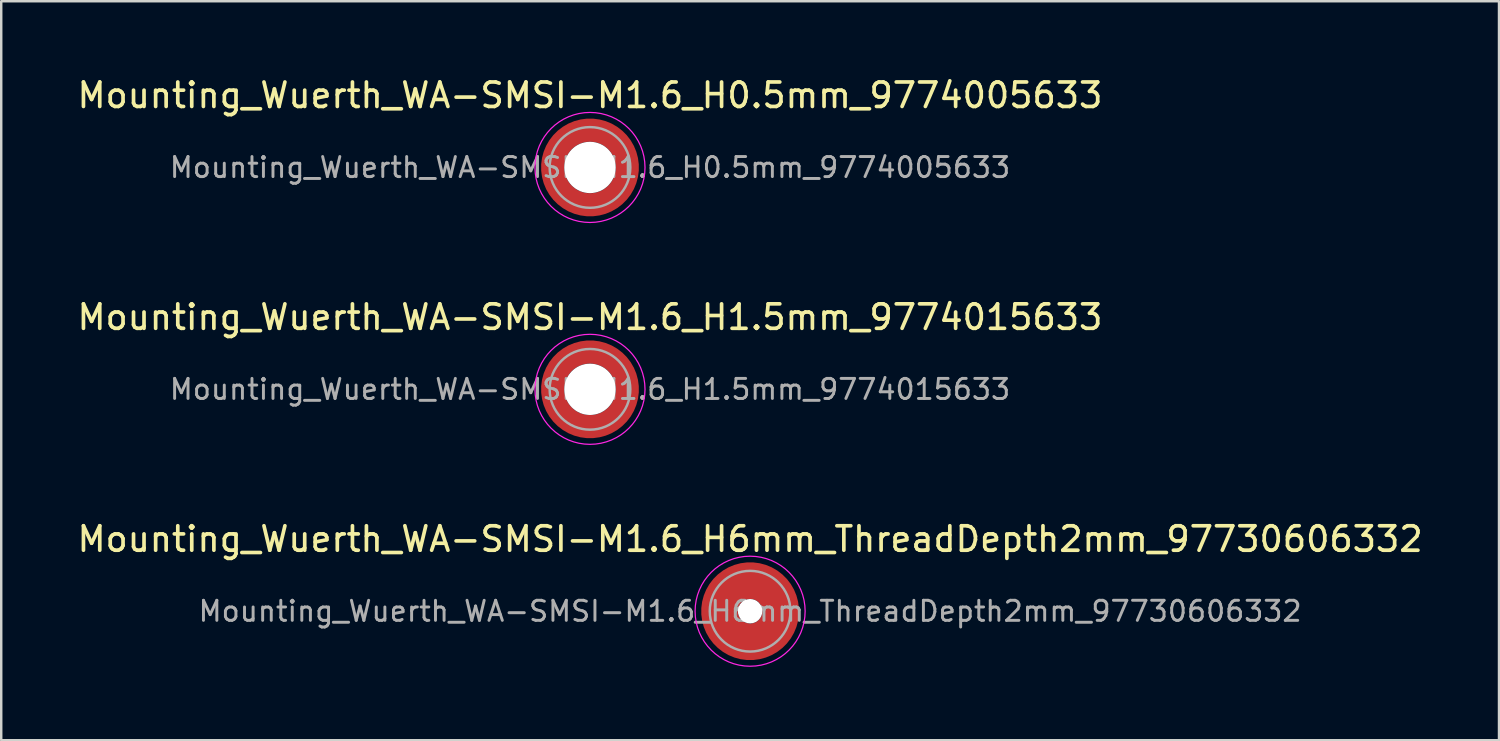
<source format=kicad_pcb>
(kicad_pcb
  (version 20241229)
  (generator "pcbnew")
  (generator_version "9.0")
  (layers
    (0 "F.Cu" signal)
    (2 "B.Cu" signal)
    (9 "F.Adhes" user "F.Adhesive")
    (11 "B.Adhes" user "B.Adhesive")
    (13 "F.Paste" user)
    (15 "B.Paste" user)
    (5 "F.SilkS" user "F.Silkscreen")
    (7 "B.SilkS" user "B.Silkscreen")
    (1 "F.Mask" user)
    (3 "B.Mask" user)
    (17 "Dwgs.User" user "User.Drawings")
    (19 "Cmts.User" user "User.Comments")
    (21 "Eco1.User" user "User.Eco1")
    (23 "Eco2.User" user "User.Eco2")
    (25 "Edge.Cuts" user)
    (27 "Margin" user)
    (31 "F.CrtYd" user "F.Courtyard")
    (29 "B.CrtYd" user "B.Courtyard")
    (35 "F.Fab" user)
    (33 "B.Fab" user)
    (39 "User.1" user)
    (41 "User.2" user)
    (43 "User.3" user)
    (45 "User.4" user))
  (footprint "Mounting_Wuerth_WA-SMSI-M1.6_H1.5mm_9774015633"
    (layer "F.Cu")
    (at 21.077 12.871)
    (property "Reference" "Mounting_Wuerth_WA-SMSI-M1.6_H1.5mm_9774015633" (at 0 -2.95 0) (layer "F.SilkS") (effects (font (size 1 1) (thickness 0.15))))
    (attr smd allow_soldermask_bridges)
    (fp_circle (center 0 0) (end 2.25 0) (stroke (width 0.05) (type solid)) (fill no) (layer "F.CrtYd"))
    (fp_circle (center 0 0) (end 1.65 0) (stroke (width 0.1) (type solid)) (fill no) (layer "F.Fab"))
    (fp_text user "${REFERENCE}" (at 0 0 0) (layer "F.Fab") (effects (font (size 0.82 0.82) (thickness 0.12))))
    (pad "" smd custom (at -1.061 -1.061) (size 0.4 0.4) (layers "F.Paste") (options (anchor circle)) (primitives (gr_arc (start -0.101235 0.76066) (mid 0.212132 0.212132) (end 0.76066 -0.101235) (width 0.2)) (gr_arc (start -0.204251 0.76066) (mid 0.141421 0.141421) (end 0.76066 -0.204251) (width 0.2)) (gr_arc (start -0.306819 0.76066) (mid 0.070711 0.070711) (end 0.76066 -0.306819) (width 0.2)) (gr_arc (start -0.409034 0.76066) (mid 0 0) (end 0.76066 -0.409034) (width 0.2)) (gr_arc (start -0.510963 0.76066) (mid -0.070711 -0.070711) (end 0.76066 -0.510963) (width 0.2)) (gr_arc (start -0.61266 0.76066) (mid -0.141421 -0.141421) (end 0.76066 -0.61266) (width 0.2)) (gr_arc (start -0.714164 0.76066) (mid -0.212132 -0.212132) (end 0.76066 -0.714164) (width 0.2)) (gr_line (start 0.761 -0.101) (end 0.761 -0.714) (width 0.2)) (gr_line (start -0.101 0.761) (end -0.714 0.761) (width 0.2))))
    (pad "" smd custom (at -1.061 1.061) (size 0.4 0.4) (layers "F.Paste") (options (anchor circle)) (primitives (gr_arc (start 0.76066 0.101235) (mid 0.212132 -0.212132) (end -0.101235 -0.76066) (width 0.2)) (gr_arc (start 0.76066 0.204251) (mid 0.141421 -0.141421) (end -0.204251 -0.76066) (width 0.2)) (gr_arc (start 0.76066 0.306819) (mid 0.070711 -0.070711) (end -0.306819 -0.76066) (width 0.2)) (gr_arc (start 0.76066 0.409034) (mid 0 0) (end -0.409034 -0.76066) (width 0.2)) (gr_arc (start 0.76066 0.510963) (mid -0.070711 0.070711) (end -0.510963 -0.76066) (width 0.2)) (gr_arc (start 0.76066 0.61266) (mid -0.141421 0.141421) (end -0.61266 -0.76066) (width 0.2)) (gr_arc (start 0.76066 0.714164) (mid -0.212132 0.212132) (end -0.714164 -0.76066) (width 0.2)) (gr_line (start -0.101 -0.761) (end -0.714 -0.761) (width 0.2)) (gr_line (start 0.761 0.101) (end 0.761 0.714) (width 0.2))))
    (pad "" np_thru_hole circle (at 0 0) (size 2.1 2.1) (drill 2.1) (layers "*.Cu" "*.Mask"))
    (pad "" smd custom (at 1.061 -1.061) (size 0.4 0.4) (layers "F.Paste") (options (anchor circle)) (primitives (gr_arc (start -0.76066 -0.101235) (mid -0.212132 0.212132) (end 0.101235 0.76066) (width 0.2)) (gr_arc (start -0.76066 -0.204251) (mid -0.141421 0.141421) (end 0.204251 0.76066) (width 0.2)) (gr_arc (start -0.76066 -0.306819) (mid -0.070711 0.070711) (end 0.306819 0.76066) (width 0.2)) (gr_arc (start -0.76066 -0.409034) (mid 0 0) (end 0.409034 0.76066) (width 0.2)) (gr_arc (start -0.76066 -0.510963) (mid 0.070711 -0.070711) (end 0.510963 0.76066) (width 0.2)) (gr_arc (start -0.76066 -0.61266) (mid 0.141421 -0.141421) (end 0.61266 0.76066) (width 0.2)) (gr_arc (start -0.76066 -0.714164) (mid 0.212132 -0.212132) (end 0.714164 0.76066) (width 0.2)) (gr_line (start 0.101 0.761) (end 0.714 0.761) (width 0.2)) (gr_line (start -0.761 -0.101) (end -0.761 -0.714) (width 0.2))))
    (pad "" smd custom (at 1.061 1.061) (size 0.4 0.4) (layers "F.Paste") (options (anchor circle)) (primitives (gr_arc (start 0.101235 -0.76066) (mid -0.212132 -0.212132) (end -0.76066 0.101235) (width 0.2)) (gr_arc (start 0.204251 -0.76066) (mid -0.141421 -0.141421) (end -0.76066 0.204251) (width 0.2)) (gr_arc (start 0.306819 -0.76066) (mid -0.070711 -0.070711) (end -0.76066 0.306819) (width 0.2)) (gr_arc (start 0.409034 -0.76066) (mid 0 0) (end -0.76066 0.409034) (width 0.2)) (gr_arc (start 0.510963 -0.76066) (mid 0.070711 0.070711) (end -0.76066 0.510963) (width 0.2)) (gr_arc (start 0.61266 -0.76066) (mid 0.141421 0.141421) (end -0.76066 0.61266) (width 0.2)) (gr_arc (start 0.714164 -0.76066) (mid 0.212132 0.212132) (end -0.76066 0.714164) (width 0.2)) (gr_line (start -0.761 0.101) (end -0.761 0.714) (width 0.2)) (gr_line (start 0.101 -0.761) (end 0.714 -0.761) (width 0.2))))
    (pad "1" smd circle (at -1.525 0) (size 0.442 0.442) (layers "F.Cu"))
    (pad "1" smd circle (at 0 -1.525) (size 0.442 0.442) (layers "F.Cu"))
    (pad "1" smd circle (at 0 1.525) (size 0.442 0.442) (layers "F.Cu"))
    (pad "1" smd custom (at 1.525 0) (size 0.95 0.95) (layers "F.Cu" "F.Mask") (options (anchor circle)) (primitives (gr_circle (center -1.525 0) (end 0 0) (width 0.95) (fill no)))))
  (footprint "Mounting_Wuerth_WA-SMSI-M1.6_H0.5mm_9774005633"
    (layer "F.Cu")
    (at 21.077 3.798)
    (property "Reference" "Mounting_Wuerth_WA-SMSI-M1.6_H0.5mm_9774005633" (at 0 -2.95 0) (layer "F.SilkS") (effects (font (size 1 1) (thickness 0.15))))
    (attr smd allow_soldermask_bridges)
    (fp_circle (center 0 0) (end 2.25 0) (stroke (width 0.05) (type solid)) (fill no) (layer "F.CrtYd"))
    (fp_circle (center 0 0) (end 1.65 0) (stroke (width 0.1) (type solid)) (fill no) (layer "F.Fab"))
    (fp_text user "${REFERENCE}" (at 0 0 0) (layer "F.Fab") (effects (font (size 0.82 0.82) (thickness 0.12))))
    (pad "" smd custom (at -1.061 -1.061) (size 0.4 0.4) (layers "F.Paste") (options (anchor circle)) (primitives (gr_arc (start -0.101235 0.76066) (mid 0.212132 0.212132) (end 0.76066 -0.101235) (width 0.2)) (gr_arc (start -0.204251 0.76066) (mid 0.141421 0.141421) (end 0.76066 -0.204251) (width 0.2)) (gr_arc (start -0.306819 0.76066) (mid 0.070711 0.070711) (end 0.76066 -0.306819) (width 0.2)) (gr_arc (start -0.409034 0.76066) (mid 0 0) (end 0.76066 -0.409034) (width 0.2)) (gr_arc (start -0.510963 0.76066) (mid -0.070711 -0.070711) (end 0.76066 -0.510963) (width 0.2)) (gr_arc (start -0.61266 0.76066) (mid -0.141421 -0.141421) (end 0.76066 -0.61266) (width 0.2)) (gr_arc (start -0.714164 0.76066) (mid -0.212132 -0.212132) (end 0.76066 -0.714164) (width 0.2)) (gr_line (start 0.761 -0.101) (end 0.761 -0.714) (width 0.2)) (gr_line (start -0.101 0.761) (end -0.714 0.761) (width 0.2))))
    (pad "" smd custom (at -1.061 1.061) (size 0.4 0.4) (layers "F.Paste") (options (anchor circle)) (primitives (gr_arc (start 0.76066 0.101235) (mid 0.212132 -0.212132) (end -0.101235 -0.76066) (width 0.2)) (gr_arc (start 0.76066 0.204251) (mid 0.141421 -0.141421) (end -0.204251 -0.76066) (width 0.2)) (gr_arc (start 0.76066 0.306819) (mid 0.070711 -0.070711) (end -0.306819 -0.76066) (width 0.2)) (gr_arc (start 0.76066 0.409034) (mid 0 0) (end -0.409034 -0.76066) (width 0.2)) (gr_arc (start 0.76066 0.510963) (mid -0.070711 0.070711) (end -0.510963 -0.76066) (width 0.2)) (gr_arc (start 0.76066 0.61266) (mid -0.141421 0.141421) (end -0.61266 -0.76066) (width 0.2)) (gr_arc (start 0.76066 0.714164) (mid -0.212132 0.212132) (end -0.714164 -0.76066) (width 0.2)) (gr_line (start -0.101 -0.761) (end -0.714 -0.761) (width 0.2)) (gr_line (start 0.761 0.101) (end 0.761 0.714) (width 0.2))))
    (pad "" np_thru_hole circle (at 0 0) (size 2.1 2.1) (drill 2.1) (layers "*.Cu" "*.Mask"))
    (pad "" smd custom (at 1.061 -1.061) (size 0.4 0.4) (layers "F.Paste") (options (anchor circle)) (primitives (gr_arc (start -0.76066 -0.101235) (mid -0.212132 0.212132) (end 0.101235 0.76066) (width 0.2)) (gr_arc (start -0.76066 -0.204251) (mid -0.141421 0.141421) (end 0.204251 0.76066) (width 0.2)) (gr_arc (start -0.76066 -0.306819) (mid -0.070711 0.070711) (end 0.306819 0.76066) (width 0.2)) (gr_arc (start -0.76066 -0.409034) (mid 0 0) (end 0.409034 0.76066) (width 0.2)) (gr_arc (start -0.76066 -0.510963) (mid 0.070711 -0.070711) (end 0.510963 0.76066) (width 0.2)) (gr_arc (start -0.76066 -0.61266) (mid 0.141421 -0.141421) (end 0.61266 0.76066) (width 0.2)) (gr_arc (start -0.76066 -0.714164) (mid 0.212132 -0.212132) (end 0.714164 0.76066) (width 0.2)) (gr_line (start 0.101 0.761) (end 0.714 0.761) (width 0.2)) (gr_line (start -0.761 -0.101) (end -0.761 -0.714) (width 0.2))))
    (pad "" smd custom (at 1.061 1.061) (size 0.4 0.4) (layers "F.Paste") (options (anchor circle)) (primitives (gr_arc (start 0.101235 -0.76066) (mid -0.212132 -0.212132) (end -0.76066 0.101235) (width 0.2)) (gr_arc (start 0.204251 -0.76066) (mid -0.141421 -0.141421) (end -0.76066 0.204251) (width 0.2)) (gr_arc (start 0.306819 -0.76066) (mid -0.070711 -0.070711) (end -0.76066 0.306819) (width 0.2)) (gr_arc (start 0.409034 -0.76066) (mid 0 0) (end -0.76066 0.409034) (width 0.2)) (gr_arc (start 0.510963 -0.76066) (mid 0.070711 0.070711) (end -0.76066 0.510963) (width 0.2)) (gr_arc (start 0.61266 -0.76066) (mid 0.141421 0.141421) (end -0.76066 0.61266) (width 0.2)) (gr_arc (start 0.714164 -0.76066) (mid 0.212132 0.212132) (end -0.76066 0.714164) (width 0.2)) (gr_line (start -0.761 0.101) (end -0.761 0.714) (width 0.2)) (gr_line (start 0.101 -0.761) (end 0.714 -0.761) (width 0.2))))
    (pad "1" smd circle (at -1.525 0) (size 0.442 0.442) (layers "F.Cu"))
    (pad "1" smd circle (at 0 -1.525) (size 0.442 0.442) (layers "F.Cu"))
    (pad "1" smd circle (at 0 1.525) (size 0.442 0.442) (layers "F.Cu"))
    (pad "1" smd custom (at 1.525 0) (size 0.95 0.95) (layers "F.Cu" "F.Mask") (options (anchor circle)) (primitives (gr_circle (center -1.525 0) (end 0 0) (width 0.95) (fill no)))))
  (footprint "Mounting_Wuerth_WA-SMSI-M1.6_H6mm_ThreadDepth2mm_97730606332"
    (layer "F.Cu")
    (at 27.625 21.945)
    (property "Reference" "Mounting_Wuerth_WA-SMSI-M1.6_H6mm_ThreadDepth2mm_97730606332" (at 0 -2.95 0) (layer "F.SilkS") (effects (font (size 1 1) (thickness 0.15))))
    (attr smd allow_soldermask_bridges)
    (fp_circle (center 0 0) (end 2.25 0) (stroke (width 0.05) (type solid)) (fill no) (layer "F.CrtYd"))
    (fp_circle (center 0 0) (end 1.65 0) (stroke (width 0.1) (type solid)) (fill no) (layer "F.Fab"))
    (fp_text user "${REFERENCE}" (at 0 0 0) (layer "F.Fab") (effects (font (size 0.82 0.82) (thickness 0.12))))
    (pad "" smd custom (at 0 -1.25) (size 0.65 0.65) (layers "F.Paste") (options (anchor circle)) (primitives (gr_arc (start -0.259808 0.6) (mid 0.392514 0.670403) (end 0.7 1.25) (width 0.2)) (gr_arc (start -0.466369 0.6) (mid 0.365311 0.538278) (end 0.8 1.25) (width 0.2)) (gr_arc (start -0.622495 0.6) (mid 0.35338 0.422279) (end 0.9 1.25) (width 0.2)) (gr_arc (start -0.759934 0.6) (mid 0.346458 0.311934) (end 1 1.25) (width 0.2)) (gr_arc (start -0.887412 0.6) (mid 0.341941 0.204497) (end 1.1 1.25) (width 0.2)) (gr_arc (start -1.008712 0.6) (mid 0.338781 0.098815) (end 1.2 1.25) (width 0.2)) (gr_arc (start -1.125833 0.6) (mid 0.336465 -0.005704) (end 1.3 1.25) (width 0.2)) (gr_arc (start -1.23996 0.6) (mid 0.334706 -0.109401) (end 1.4 1.25) (width 0.2)) (gr_arc (start -1.351851 0.6) (mid 0.333335 -0.212494) (end 1.5 1.25) (width 0.2)) (gr_arc (start -1.462019 0.6) (mid 0.332242 -0.315125) (end 1.6 1.25) (width 0.2)) (gr_arc (start -1.570828 0.6) (mid 0.331355 -0.417394) (end 1.7 1.25) (width 0.2)) (gr_arc (start -1.678541 0.6) (mid 0.330625 -0.519375) (end 1.8 1.25) (width 0.2)) (gr_line (start 0.7 1.25) (end 1.8 1.25) (width 0.2)) (gr_line (start -0.26 0.6) (end -1.679 0.6) (width 0.2))))
    (pad "" np_thru_hole circle (at 0 0) (size 1 1) (drill 1) (layers "*.Cu" "*.Mask"))
    (pad "" smd custom (at 0 1.25) (size 0.65 0.65) (layers "F.Paste") (options (anchor circle)) (primitives (gr_arc (start 0.259808 -0.6) (mid -0.392514 -0.670403) (end -0.7 -1.25) (width 0.2)) (gr_arc (start 0.466369 -0.6) (mid -0.365311 -0.538278) (end -0.8 -1.25) (width 0.2)) (gr_arc (start 0.622495 -0.6) (mid -0.35338 -0.422279) (end -0.9 -1.25) (width 0.2)) (gr_arc (start 0.759934 -0.6) (mid -0.346458 -0.311934) (end -1 -1.25) (width 0.2)) (gr_arc (start 0.887412 -0.6) (mid -0.341941 -0.204497) (end -1.1 -1.25) (width 0.2)) (gr_arc (start 1.008712 -0.6) (mid -0.338781 -0.098815) (end -1.2 -1.25) (width 0.2)) (gr_arc (start 1.125833 -0.6) (mid -0.336465 0.005704) (end -1.3 -1.25) (width 0.2)) (gr_arc (start 1.23996 -0.6) (mid -0.334706 0.109401) (end -1.4 -1.25) (width 0.2)) (gr_arc (start 1.351851 -0.6) (mid -0.333335 0.212494) (end -1.5 -1.25) (width 0.2)) (gr_arc (start 1.462019 -0.6) (mid -0.332242 0.315125) (end -1.6 -1.25) (width 0.2)) (gr_arc (start 1.570828 -0.6) (mid -0.331355 0.417394) (end -1.7 -1.25) (width 0.2)) (gr_arc (start 1.678541 -0.6) (mid -0.330625 0.519375) (end -1.8 -1.25) (width 0.2)) (gr_line (start -0.7 -1.25) (end -1.8 -1.25) (width 0.2)) (gr_line (start 0.26 -0.6) (end 1.679 -0.6) (width 0.2))))
    (pad "1" smd circle (at -1.25 0) (size 0.992 0.992) (layers "F.Cu"))
    (pad "1" smd circle (at 0 -1.25) (size 0.992 0.992) (layers "F.Cu"))
    (pad "1" smd circle (at 0 1.25) (size 0.992 0.992) (layers "F.Cu"))
    (pad "1" smd custom (at 1.25 0) (size 1.5 1.5) (layers "F.Cu" "F.Mask") (options (anchor circle)) (primitives (gr_circle (center -1.25 0) (end 0 0) (width 1.5) (fill no)))))
  (gr_rect
    (start -3 -3)
    (end 58.25 27.22)
    (stroke (width 0.1) (type default))
    (fill no)
    (layer "Edge.Cuts")))
</source>
